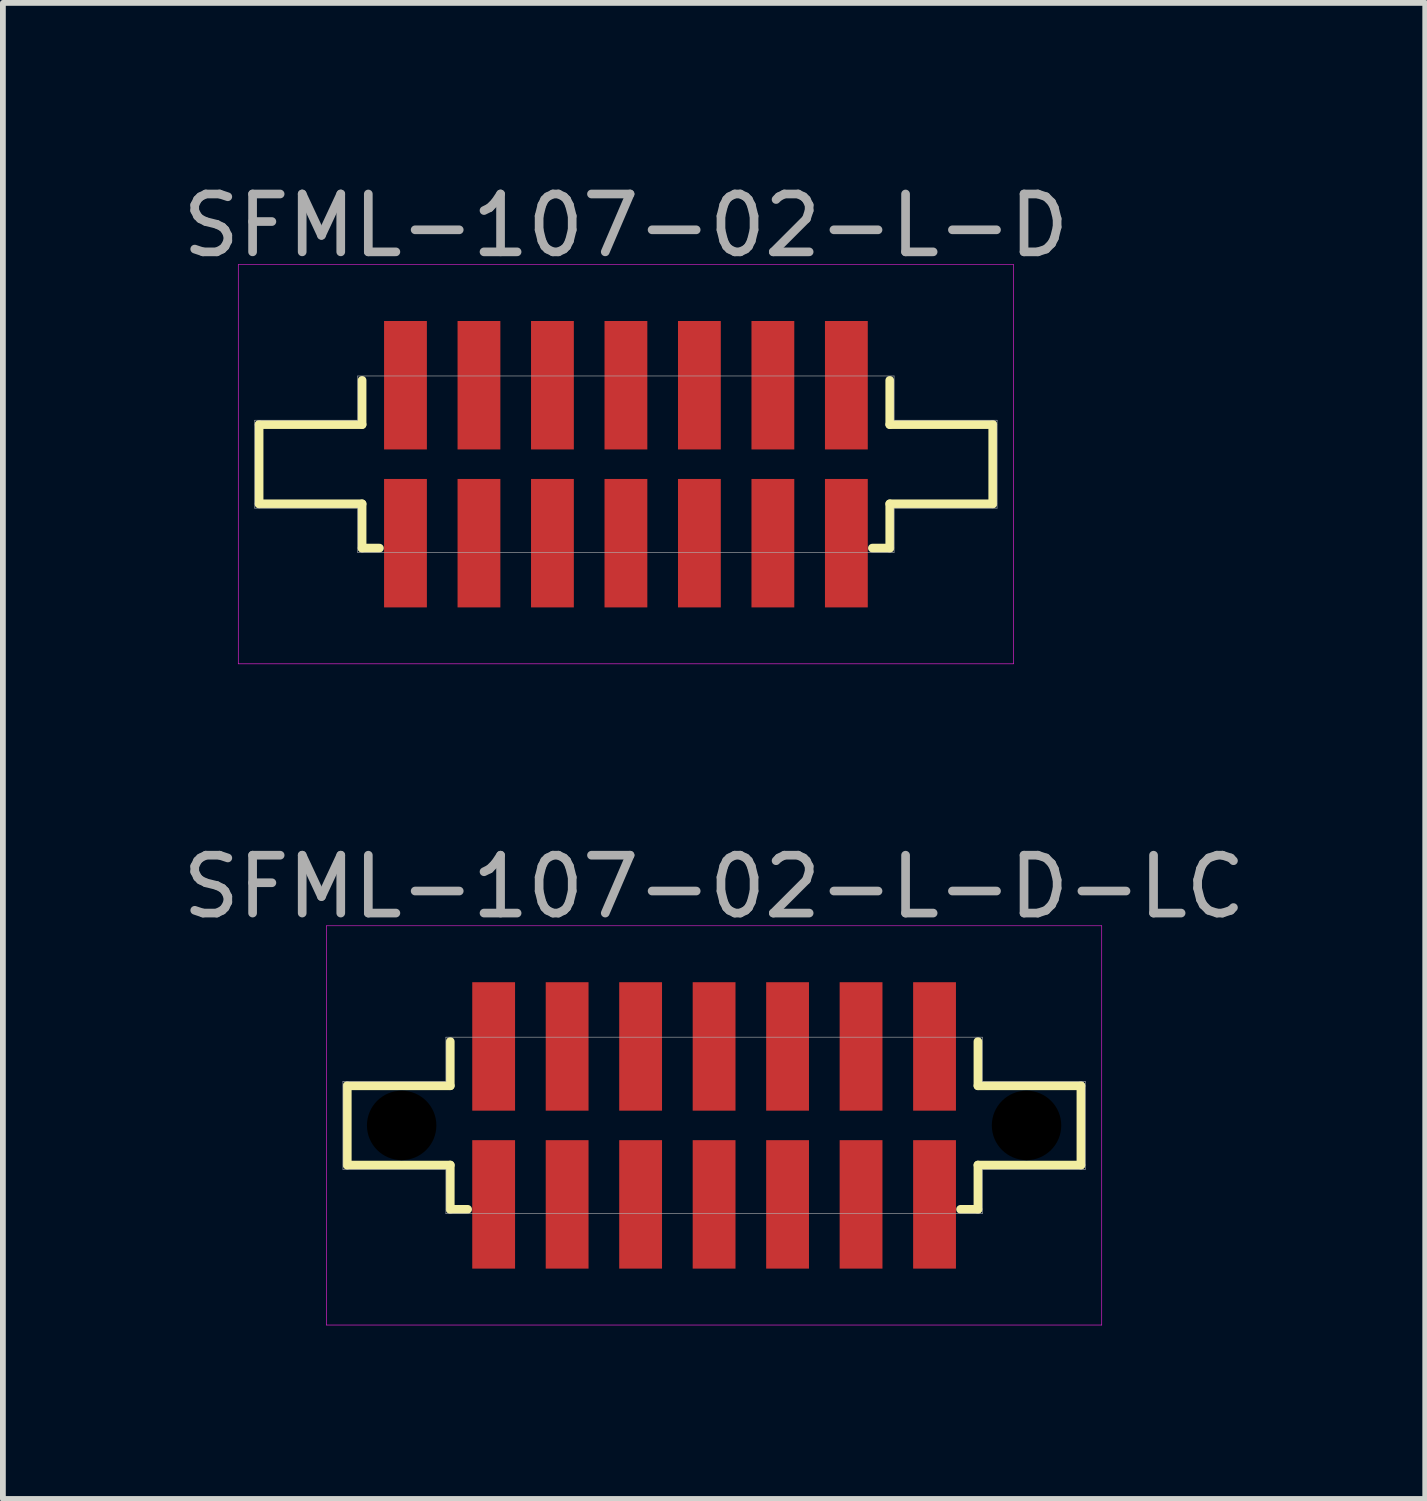
<source format=kicad_pcb>
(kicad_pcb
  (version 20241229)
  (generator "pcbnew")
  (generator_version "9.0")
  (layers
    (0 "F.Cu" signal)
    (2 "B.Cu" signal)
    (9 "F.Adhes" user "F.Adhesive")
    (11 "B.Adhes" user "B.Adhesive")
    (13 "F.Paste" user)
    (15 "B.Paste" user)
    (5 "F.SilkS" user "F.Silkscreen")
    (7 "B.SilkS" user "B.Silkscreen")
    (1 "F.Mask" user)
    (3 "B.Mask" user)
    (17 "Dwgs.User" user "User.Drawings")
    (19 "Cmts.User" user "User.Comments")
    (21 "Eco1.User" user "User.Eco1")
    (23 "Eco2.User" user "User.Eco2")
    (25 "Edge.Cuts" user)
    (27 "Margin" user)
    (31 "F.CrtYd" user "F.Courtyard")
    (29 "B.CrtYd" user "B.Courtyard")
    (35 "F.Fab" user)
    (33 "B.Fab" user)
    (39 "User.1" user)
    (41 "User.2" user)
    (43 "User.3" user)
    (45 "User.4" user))
  (footprint "SFML-107-02-L-D"
    (layer "F.Cu")
    (at 7.768 4.973)
    (property "Reference" "SFML-107-02-L-D" (at 0 -4.125 0) (layer "F.Fab") (effects (font (size 1 1) (thickness 0.15))))
    (attr smd)
    (fp_line (start -6.34 -0.685) (end -4.56 -0.685) (stroke (width 0.15) (type solid)) (layer "F.SilkS"))
    (fp_line (start -6.34 0.685) (end -6.34 -0.685) (stroke (width 0.15) (type solid)) (layer "F.SilkS"))
    (fp_line (start -4.56 -0.685) (end -4.56 -1.45) (stroke (width 0.15) (type solid)) (layer "F.SilkS"))
    (fp_line (start -4.56 0.685) (end -6.34 0.685) (stroke (width 0.15) (type solid)) (layer "F.SilkS"))
    (fp_line (start -4.56 1.45) (end -4.56 0.685) (stroke (width 0.15) (type solid)) (layer "F.SilkS"))
    (fp_line (start -4.26 1.45) (end -4.56 1.45) (stroke (width 0.15) (type solid)) (layer "F.SilkS"))
    (fp_line (start 4.56 -1.45) (end 4.56 -0.685) (stroke (width 0.15) (type solid)) (layer "F.SilkS"))
    (fp_line (start 4.56 -0.685) (end 6.34 -0.685) (stroke (width 0.15) (type solid)) (layer "F.SilkS"))
    (fp_line (start 4.56 0.685) (end 4.56 1.45) (stroke (width 0.15) (type solid)) (layer "F.SilkS"))
    (fp_line (start 4.56 1.45) (end 4.26 1.45) (stroke (width 0.15) (type solid)) (layer "F.SilkS"))
    (fp_line (start 6.34 -0.685) (end 6.34 0.685) (stroke (width 0.15) (type solid)) (layer "F.SilkS"))
    (fp_line (start 6.34 0.685) (end 4.56 0.685) (stroke (width 0.15) (type solid)) (layer "F.SilkS"))
    (fp_line (start -6.7 -3.45) (end 6.7 -3.45) (stroke (width 0.01) (type solid)) (layer "F.CrtYd"))
    (fp_line (start -6.7 3.45) (end -6.7 -3.45) (stroke (width 0.01) (type solid)) (layer "F.CrtYd"))
    (fp_line (start 6.7 -3.45) (end 6.7 3.45) (stroke (width 0.01) (type solid)) (layer "F.CrtYd"))
    (fp_line (start 6.7 3.45) (end -6.7 3.45) (stroke (width 0.01) (type solid)) (layer "F.CrtYd"))
    (fp_line (start -6.415 -0.76) (end -4.635 -0.76) (stroke (width 0.01) (type solid)) (layer "F.Fab"))
    (fp_line (start -6.415 0.76) (end -6.415 -0.76) (stroke (width 0.01) (type solid)) (layer "F.Fab"))
    (fp_line (start -4.635 -1.525) (end 4.635 -1.525) (stroke (width 0.01) (type solid)) (layer "F.Fab"))
    (fp_line (start -4.635 -0.76) (end -4.635 -1.525) (stroke (width 0.01) (type solid)) (layer "F.Fab"))
    (fp_line (start -4.635 0.76) (end -6.415 0.76) (stroke (width 0.01) (type solid)) (layer "F.Fab"))
    (fp_line (start -4.635 1.525) (end -4.635 0.76) (stroke (width 0.01) (type solid)) (layer "F.Fab"))
    (fp_line (start 4.635 -1.525) (end 4.635 -0.76) (stroke (width 0.01) (type solid)) (layer "F.Fab"))
    (fp_line (start 4.635 -0.76) (end 6.415 -0.76) (stroke (width 0.01) (type solid)) (layer "F.Fab"))
    (fp_line (start 4.635 0.76) (end 4.635 1.525) (stroke (width 0.01) (type solid)) (layer "F.Fab"))
    (fp_line (start 4.635 1.525) (end -4.635 1.525) (stroke (width 0.01) (type solid)) (layer "F.Fab"))
    (fp_line (start 6.415 -0.76) (end 6.415 0.76) (stroke (width 0.01) (type solid)) (layer "F.Fab"))
    (fp_line (start 6.415 0.76) (end 4.635 0.76) (stroke (width 0.01) (type solid)) (layer "F.Fab"))
    (pad "1" smd rect (at -3.81 -1.365) (size 0.74 2.22) (layers "F.Cu" "F.Mask" "F.Paste"))
    (pad "2" smd rect (at -3.81 1.365) (size 0.74 2.22) (layers "F.Cu" "F.Mask" "F.Paste"))
    (pad "3" smd rect (at -2.54 -1.365) (size 0.74 2.22) (layers "F.Cu" "F.Mask" "F.Paste"))
    (pad "4" smd rect (at -2.54 1.365) (size 0.74 2.22) (layers "F.Cu" "F.Mask" "F.Paste"))
    (pad "5" smd rect (at -1.27 -1.365) (size 0.74 2.22) (layers "F.Cu" "F.Mask" "F.Paste"))
    (pad "6" smd rect (at -1.27 1.365) (size 0.74 2.22) (layers "F.Cu" "F.Mask" "F.Paste"))
    (pad "7" smd rect (at 0 -1.365) (size 0.74 2.22) (layers "F.Cu" "F.Mask" "F.Paste"))
    (pad "8" smd rect (at 0 1.365) (size 0.74 2.22) (layers "F.Cu" "F.Mask" "F.Paste"))
    (pad "9" smd rect (at 1.27 -1.365) (size 0.74 2.22) (layers "F.Cu" "F.Mask" "F.Paste"))
    (pad "10" smd rect (at 1.27 1.365) (size 0.74 2.22) (layers "F.Cu" "F.Mask" "F.Paste"))
    (pad "11" smd rect (at 2.54 -1.365) (size 0.74 2.22) (layers "F.Cu" "F.Mask" "F.Paste"))
    (pad "12" smd rect (at 2.54 1.365) (size 0.74 2.22) (layers "F.Cu" "F.Mask" "F.Paste"))
    (pad "13" smd rect (at 3.81 -1.365) (size 0.74 2.22) (layers "F.Cu" "F.Mask" "F.Paste"))
    (pad "14" smd rect (at 3.81 1.365) (size 0.74 2.22) (layers "F.Cu" "F.Mask" "F.Paste")))
  (footprint "SFML-107-02-L-D-LC"
    (layer "F.Cu")
    (at 9.292 16.401)
    (property "Reference" "SFML-107-02-L-D-LC" (at 0 -4.125 0) (layer "F.Fab") (effects (font (size 1 1) (thickness 0.15))))
    (attr smd)
    (fp_line (start -6.34 -0.685) (end -4.56 -0.685) (stroke (width 0.15) (type solid)) (layer "F.SilkS"))
    (fp_line (start -6.34 0.685) (end -6.34 -0.685) (stroke (width 0.15) (type solid)) (layer "F.SilkS"))
    (fp_line (start -4.56 -0.685) (end -4.56 -1.45) (stroke (width 0.15) (type solid)) (layer "F.SilkS"))
    (fp_line (start -4.56 0.685) (end -6.34 0.685) (stroke (width 0.15) (type solid)) (layer "F.SilkS"))
    (fp_line (start -4.56 1.45) (end -4.56 0.685) (stroke (width 0.15) (type solid)) (layer "F.SilkS"))
    (fp_line (start -4.26 1.45) (end -4.56 1.45) (stroke (width 0.15) (type solid)) (layer "F.SilkS"))
    (fp_line (start 4.56 -1.45) (end 4.56 -0.685) (stroke (width 0.15) (type solid)) (layer "F.SilkS"))
    (fp_line (start 4.56 -0.685) (end 6.34 -0.685) (stroke (width 0.15) (type solid)) (layer "F.SilkS"))
    (fp_line (start 4.56 0.685) (end 4.56 1.45) (stroke (width 0.15) (type solid)) (layer "F.SilkS"))
    (fp_line (start 4.56 1.45) (end 4.26 1.45) (stroke (width 0.15) (type solid)) (layer "F.SilkS"))
    (fp_line (start 6.34 -0.685) (end 6.34 0.685) (stroke (width 0.15) (type solid)) (layer "F.SilkS"))
    (fp_line (start 6.34 0.685) (end 4.56 0.685) (stroke (width 0.15) (type solid)) (layer "F.SilkS"))
    (fp_line (start -6.7 -3.45) (end 6.7 -3.45) (stroke (width 0.01) (type solid)) (layer "F.CrtYd"))
    (fp_line (start -6.7 3.45) (end -6.7 -3.45) (stroke (width 0.01) (type solid)) (layer "F.CrtYd"))
    (fp_line (start 6.7 -3.45) (end 6.7 3.45) (stroke (width 0.01) (type solid)) (layer "F.CrtYd"))
    (fp_line (start 6.7 3.45) (end -6.7 3.45) (stroke (width 0.01) (type solid)) (layer "F.CrtYd"))
    (fp_line (start -6.415 -0.76) (end -4.635 -0.76) (stroke (width 0.01) (type solid)) (layer "F.Fab"))
    (fp_line (start -6.415 0.76) (end -6.415 -0.76) (stroke (width 0.01) (type solid)) (layer "F.Fab"))
    (fp_line (start -4.635 -1.525) (end 4.635 -1.525) (stroke (width 0.01) (type solid)) (layer "F.Fab"))
    (fp_line (start -4.635 -0.76) (end -4.635 -1.525) (stroke (width 0.01) (type solid)) (layer "F.Fab"))
    (fp_line (start -4.635 0.76) (end -6.415 0.76) (stroke (width 0.01) (type solid)) (layer "F.Fab"))
    (fp_line (start -4.635 1.525) (end -4.635 0.76) (stroke (width 0.01) (type solid)) (layer "F.Fab"))
    (fp_line (start 4.635 -1.525) (end 4.635 -0.76) (stroke (width 0.01) (type solid)) (layer "F.Fab"))
    (fp_line (start 4.635 -0.76) (end 6.415 -0.76) (stroke (width 0.01) (type solid)) (layer "F.Fab"))
    (fp_line (start 4.635 0.76) (end 4.635 1.525) (stroke (width 0.01) (type solid)) (layer "F.Fab"))
    (fp_line (start 4.635 1.525) (end -4.635 1.525) (stroke (width 0.01) (type solid)) (layer "F.Fab"))
    (fp_line (start 6.415 -0.76) (end 6.415 0.76) (stroke (width 0.01) (type solid)) (layer "F.Fab"))
    (fp_line (start 6.415 0.76) (end 4.635 0.76) (stroke (width 0.01) (type solid)) (layer "F.Fab"))
    (pad "" np_thru_hole circle (at -5.4 0) (size 1.2 1.2) (drill 1.2) (layers "*.Mask"))
    (pad "" np_thru_hole circle (at 5.4 0) (size 1.2 1.2) (drill 1.2) (layers "*.Mask"))
    (pad "1" smd rect (at -3.81 -1.365) (size 0.74 2.22) (layers "F.Cu" "F.Mask" "F.Paste"))
    (pad "2" smd rect (at -3.81 1.365) (size 0.74 2.22) (layers "F.Cu" "F.Mask" "F.Paste"))
    (pad "3" smd rect (at -2.54 -1.365) (size 0.74 2.22) (layers "F.Cu" "F.Mask" "F.Paste"))
    (pad "4" smd rect (at -2.54 1.365) (size 0.74 2.22) (layers "F.Cu" "F.Mask" "F.Paste"))
    (pad "5" smd rect (at -1.27 -1.365) (size 0.74 2.22) (layers "F.Cu" "F.Mask" "F.Paste"))
    (pad "6" smd rect (at -1.27 1.365) (size 0.74 2.22) (layers "F.Cu" "F.Mask" "F.Paste"))
    (pad "7" smd rect (at 0 -1.365) (size 0.74 2.22) (layers "F.Cu" "F.Mask" "F.Paste"))
    (pad "8" smd rect (at 0 1.365) (size 0.74 2.22) (layers "F.Cu" "F.Mask" "F.Paste"))
    (pad "9" smd rect (at 1.27 -1.365) (size 0.74 2.22) (layers "F.Cu" "F.Mask" "F.Paste"))
    (pad "10" smd rect (at 1.27 1.365) (size 0.74 2.22) (layers "F.Cu" "F.Mask" "F.Paste"))
    (pad "11" smd rect (at 2.54 -1.365) (size 0.74 2.22) (layers "F.Cu" "F.Mask" "F.Paste"))
    (pad "12" smd rect (at 2.54 1.365) (size 0.74 2.22) (layers "F.Cu" "F.Mask" "F.Paste"))
    (pad "13" smd rect (at 3.81 -1.365) (size 0.74 2.22) (layers "F.Cu" "F.Mask" "F.Paste"))
    (pad "14" smd rect (at 3.81 1.365) (size 0.74 2.22) (layers "F.Cu" "F.Mask" "F.Paste")))
  (gr_rect
    (start -3 -3)
    (end 21.583 22.857)
    (stroke (width 0.1) (type default))
    (fill no)
    (layer "Edge.Cuts")))
</source>
